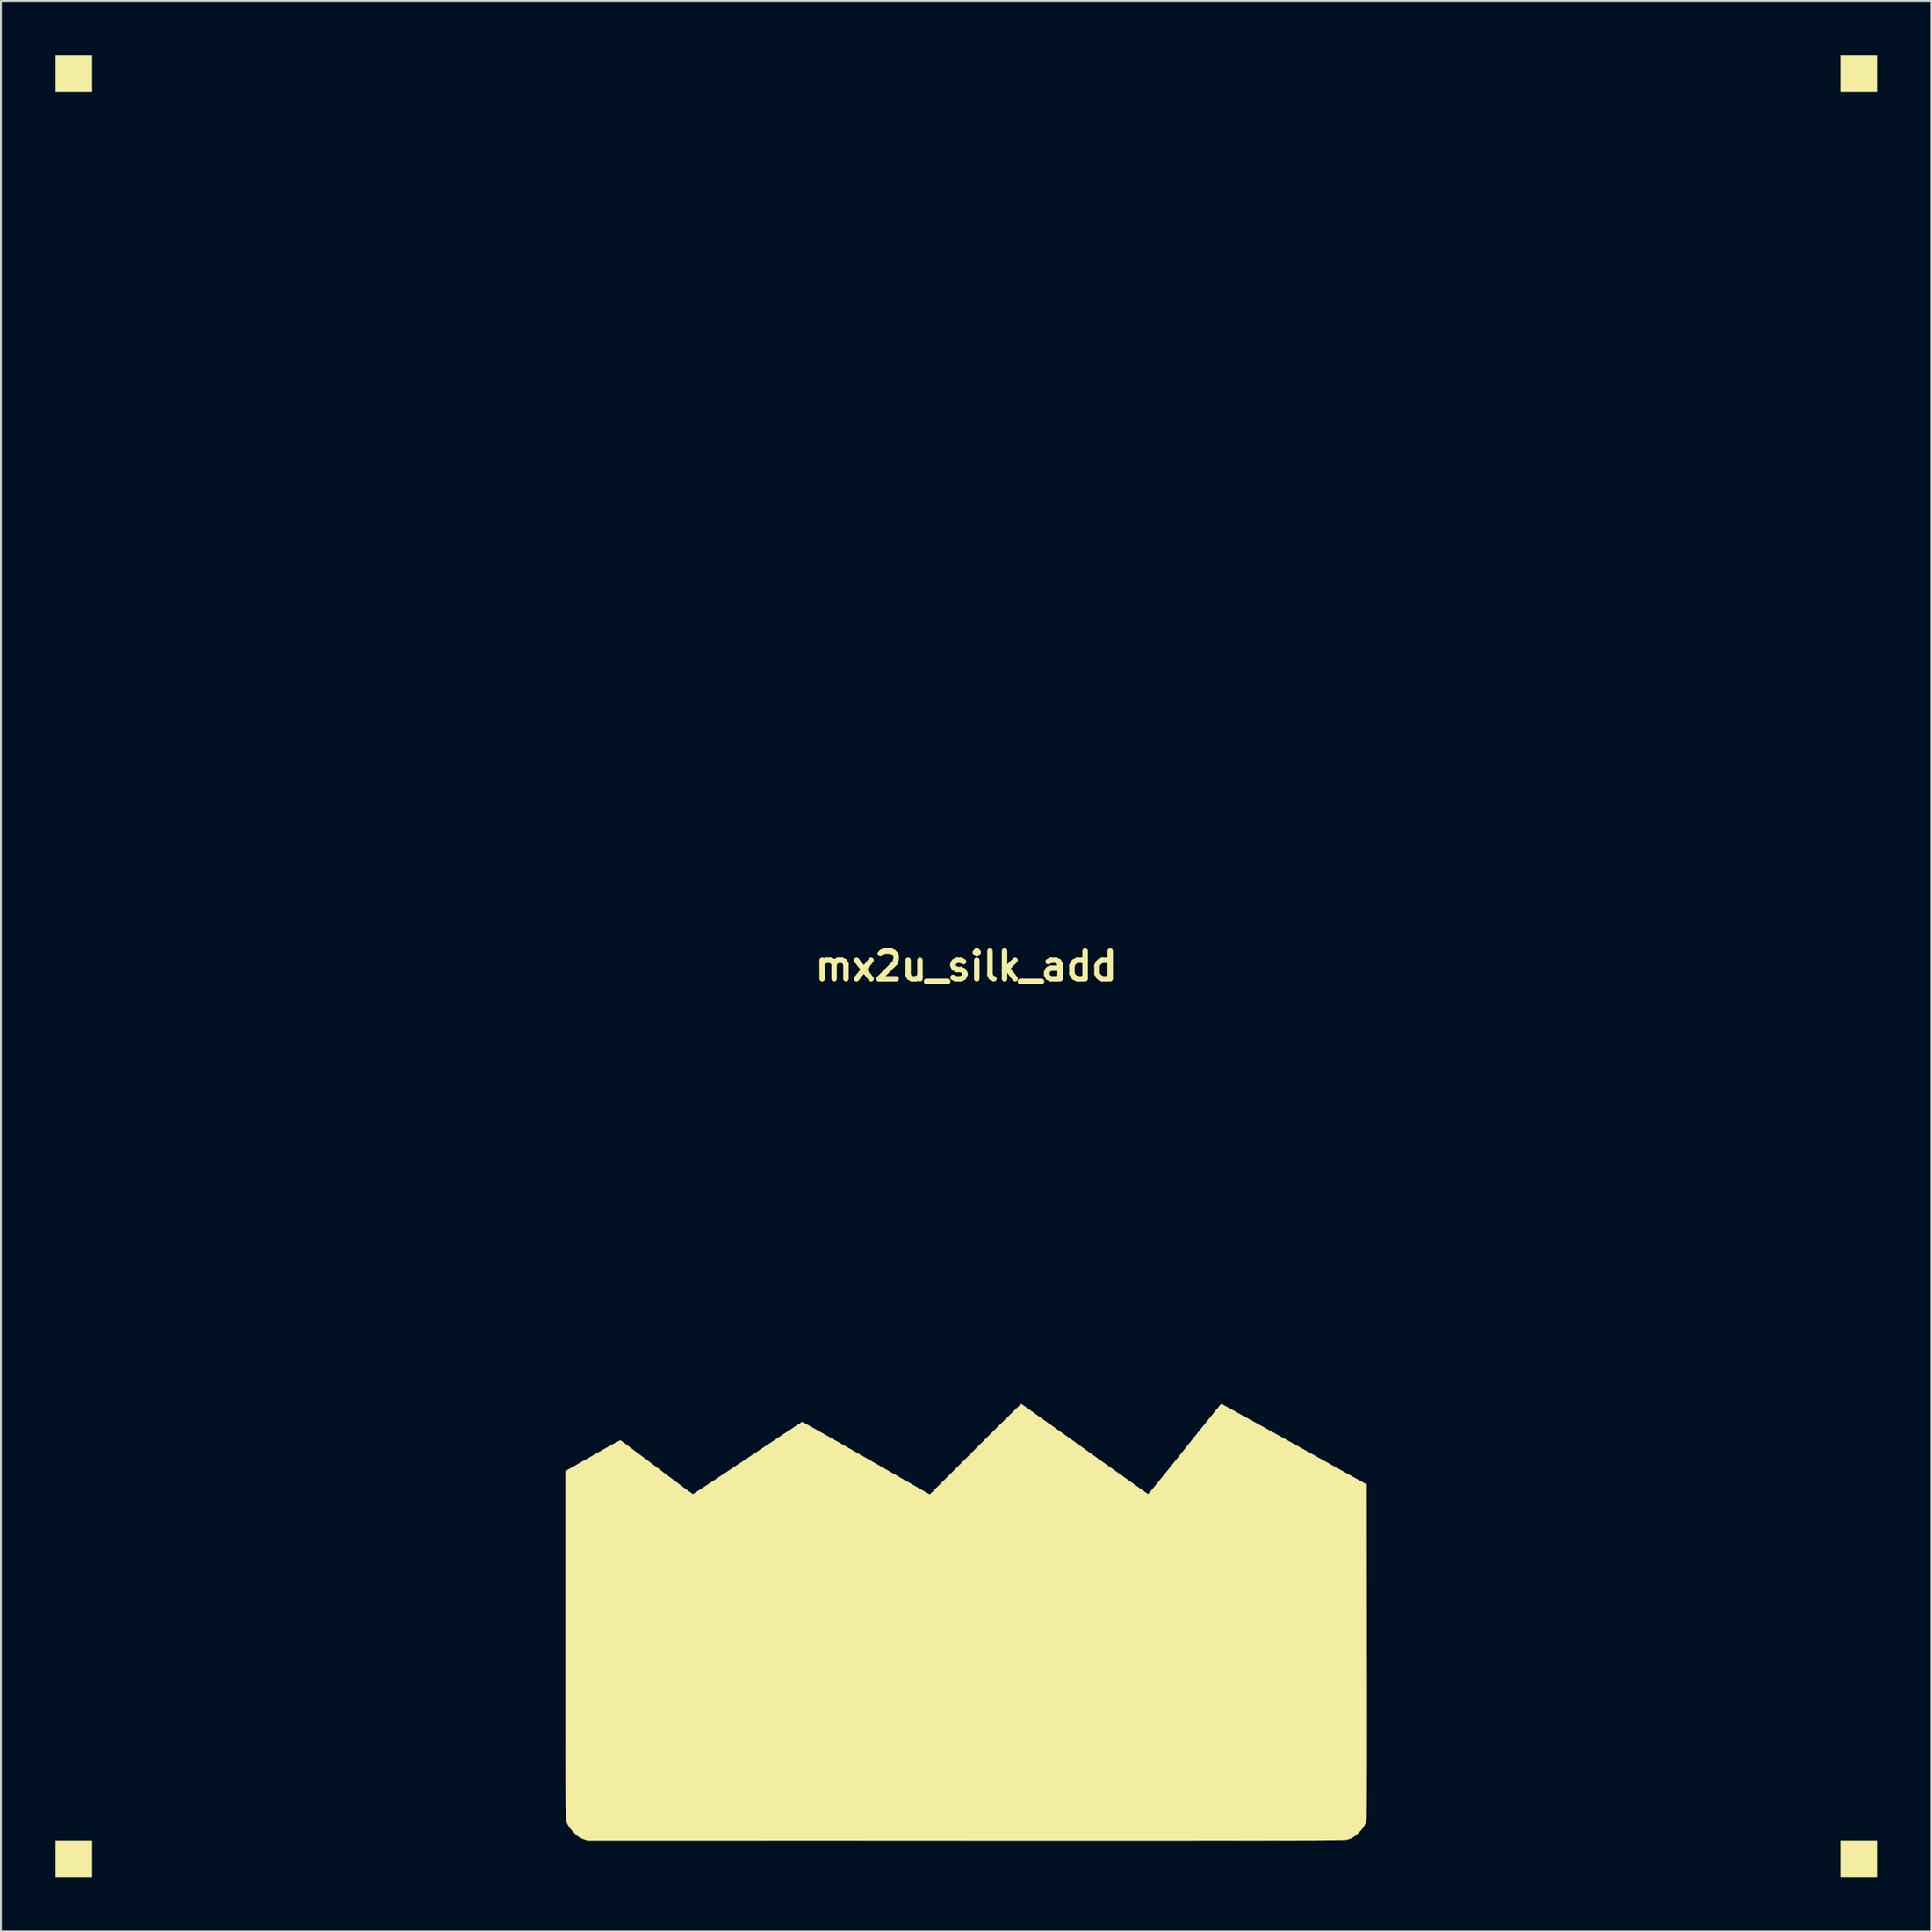
<source format=kicad_pcb>
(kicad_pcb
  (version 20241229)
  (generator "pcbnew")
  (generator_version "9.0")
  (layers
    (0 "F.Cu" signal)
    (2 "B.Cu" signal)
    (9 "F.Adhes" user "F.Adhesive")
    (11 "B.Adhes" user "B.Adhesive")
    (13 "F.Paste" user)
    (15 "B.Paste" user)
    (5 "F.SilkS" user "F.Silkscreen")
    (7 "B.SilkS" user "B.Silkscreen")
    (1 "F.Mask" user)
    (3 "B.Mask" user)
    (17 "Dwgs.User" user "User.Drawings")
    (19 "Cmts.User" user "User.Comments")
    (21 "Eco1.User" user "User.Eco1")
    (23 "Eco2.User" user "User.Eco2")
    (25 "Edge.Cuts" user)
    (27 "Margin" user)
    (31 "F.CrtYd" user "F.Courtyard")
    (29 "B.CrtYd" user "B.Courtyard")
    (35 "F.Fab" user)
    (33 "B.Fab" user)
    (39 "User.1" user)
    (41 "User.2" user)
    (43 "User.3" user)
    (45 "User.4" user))
  (footprint "mx2u_silk_add"
    (layer "F.Cu")
    (at 50.022 50.022)
    (property "Reference" "mx2u_silk_add" (at 0 0 0) (layer "F.SilkS") (effects (font (size 1.524 1.524) (thickness 0.3))))
    (attr through_hole)
    (fp_poly (pts (xy -48.02 -48.02) (xy -50.017 -48.02) (xy -50.017 -50.017) (xy -48.02 -50.017) (xy -48.02 -48.02)) (stroke (width 0.01) (type solid)) (fill yes) (layer "F.SilkS"))
    (fp_poly (pts (xy -48.02 50.017) (xy -50.017 50.017) (xy -50.017 48.02) (xy -48.02 48.02) (xy -48.02 50.017)) (stroke (width 0.01) (type solid)) (fill yes) (layer "F.SilkS"))
    (fp_poly (pts (xy 50.017 -48.02) (xy 48.02 -48.02) (xy 48.02 -50.017) (xy 50.017 -50.017) (xy 50.017 -48.02)) (stroke (width 0.01) (type solid)) (fill yes) (layer "F.SilkS"))
    (fp_poly (pts (xy 50.017 50.017) (xy 48.02 50.017) (xy 48.02 48.02) (xy 50.017 48.02) (xy 50.017 50.017)) (stroke (width 0.01) (type solid)) (fill yes) (layer "F.SilkS"))
    (fp_poly (pts (xy 14.035 24.055) (xy 14.101 24.09) (xy 14.208 24.147) (xy 14.352 24.225) (xy 14.531 24.323) (xy 14.743 24.439) (xy 14.986 24.573) (xy 15.258 24.723) (xy 15.556 24.887) (xy 15.878 25.065) (xy 16.222 25.256) (xy 16.586 25.457) (xy 16.967 25.669) (xy 17.363 25.889) (xy 17.773 26.117) (xy 18.02 26.255) (xy 22.001 28.472) (xy 22.008 37.595) (xy 22.009 38.467) (xy 22.01 39.29) (xy 22.01 40.064) (xy 22.01 40.79) (xy 22.011 41.47) (xy 22.011 42.104) (xy 22.01 42.694) (xy 22.01 43.24) (xy 22.01 43.744) (xy 22.009 44.206) (xy 22.008 44.628) (xy 22.007 45.01) (xy 22.006 45.354) (xy 22.005 45.66) (xy 22.004 45.929) (xy 22.002 46.163) (xy 22 46.363) (xy 21.998 46.529) (xy 21.996 46.662) (xy 21.994 46.764) (xy 21.991 46.836) (xy 21.989 46.878) (xy 21.988 46.886) (xy 21.94 47.06) (xy 21.853 47.233) (xy 21.724 47.412) (xy 21.571 47.581) (xy 21.426 47.717) (xy 21.288 47.819) (xy 21.14 47.898) (xy 20.967 47.963) (xy 20.944 47.97) (xy 20.934 47.973) (xy 20.923 47.976) (xy 20.91 47.979) (xy 20.893 47.981) (xy 20.872 47.984) (xy 20.845 47.986) (xy 20.812 47.988) (xy 20.771 47.99) (xy 20.722 47.992) (xy 20.663 47.994) (xy 20.594 47.996) (xy 20.513 47.998) (xy 20.42 47.999) (xy 20.313 48.001) (xy 20.191 48.002) (xy 20.054 48.004) (xy 19.9 48.005) (xy 19.728 48.006) (xy 19.538 48.008) (xy 19.327 48.009) (xy 19.096 48.01) (xy 18.843 48.011) (xy 18.568 48.011) (xy 18.268 48.012) (xy 17.943 48.013) (xy 17.593 48.014) (xy 17.215 48.014) (xy 16.81 48.015) (xy 16.376 48.015) (xy 15.911 48.016) (xy 15.416 48.016) (xy 14.888 48.017) (xy 14.327 48.017) (xy 13.733 48.017) (xy 13.103 48.017) (xy 12.437 48.018) (xy 11.733 48.018) (xy 10.992 48.018) (xy 10.211 48.018) (xy 9.39 48.018) (xy 8.527 48.018) (xy 7.623 48.018) (xy 6.675 48.018) (xy 5.682 48.018) (xy 4.644 48.018) (xy 3.56 48.018) (xy 2.429 48.018) (xy 1.248 48.018) (xy 0.019 48.018) (xy -0.013 48.018) (xy -20.813 48.016) (xy -20.98 47.959) (xy -21.091 47.916) (xy -21.204 47.862) (xy -21.275 47.821) (xy -21.377 47.745) (xy -21.492 47.641) (xy -21.609 47.521) (xy -21.718 47.398) (xy -21.807 47.281) (xy -21.867 47.183) (xy -21.868 47.181) (xy -21.88 47.157) (xy -21.892 47.136) (xy -21.903 47.117) (xy -21.913 47.098) (xy -21.923 47.078) (xy -21.932 47.055) (xy -21.941 47.028) (xy -21.948 46.995) (xy -21.956 46.955) (xy -21.962 46.906) (xy -21.968 46.847) (xy -21.974 46.775) (xy -21.979 46.691) (xy -21.984 46.591) (xy -21.988 46.475) (xy -21.992 46.341) (xy -21.995 46.187) (xy -21.998 46.013) (xy -22.001 45.816) (xy -22.003 45.594) (xy -22.005 45.348) (xy -22.007 45.074) (xy -22.008 44.771) (xy -22.009 44.438) (xy -22.01 44.074) (xy -22.011 43.676) (xy -22.012 43.244) (xy -22.012 42.775) (xy -22.013 42.268) (xy -22.013 41.723) (xy -22.013 41.136) (xy -22.013 40.507) (xy -22.013 39.834) (xy -22.013 39.115) (xy -22.013 38.35) (xy -22.013 37.536) (xy -22.013 37.227) (xy -22.013 27.736) (xy -20.519 26.882) (xy -20.267 26.738) (xy -20.027 26.603) (xy -19.803 26.477) (xy -19.599 26.363) (xy -19.418 26.263) (xy -19.264 26.179) (xy -19.141 26.114) (xy -19.052 26.068) (xy -19.002 26.045) (xy -18.991 26.042) (xy -18.966 26.059) (xy -18.904 26.104) (xy -18.807 26.175) (xy -18.678 26.271) (xy -18.521 26.388) (xy -18.336 26.526) (xy -18.129 26.681) (xy -17.9 26.853) (xy -17.654 27.038) (xy -17.393 27.234) (xy -17.119 27.44) (xy -17.004 27.527) (xy -16.726 27.736) (xy -16.459 27.937) (xy -16.206 28.126) (xy -15.97 28.302) (xy -15.753 28.463) (xy -15.559 28.607) (xy -15.389 28.732) (xy -15.248 28.835) (xy -15.137 28.915) (xy -15.059 28.97) (xy -15.018 28.997) (xy -15.013 28.999) (xy -14.987 28.985) (xy -14.923 28.945) (xy -14.821 28.88) (xy -14.684 28.791) (xy -14.515 28.681) (xy -14.316 28.55) (xy -14.089 28.401) (xy -13.837 28.235) (xy -13.563 28.053) (xy -13.268 27.858) (xy -12.955 27.65) (xy -12.626 27.432) (xy -12.285 27.205) (xy -12.009 27.021) (xy -11.659 26.787) (xy -11.32 26.561) (xy -10.995 26.345) (xy -10.686 26.139) (xy -10.395 25.946) (xy -10.126 25.767) (xy -9.88 25.603) (xy -9.659 25.457) (xy -9.467 25.33) (xy -9.305 25.223) (xy -9.176 25.138) (xy -9.083 25.076) (xy -9.027 25.04) (xy -9.011 25.031) (xy -8.986 25.042) (xy -8.92 25.077) (xy -8.814 25.134) (xy -8.672 25.213) (xy -8.495 25.311) (xy -8.287 25.429) (xy -8.048 25.563) (xy -7.782 25.713) (xy -7.492 25.878) (xy -7.178 26.056) (xy -6.845 26.246) (xy -6.493 26.447) (xy -6.126 26.657) (xy -5.746 26.875) (xy -5.499 27.016) (xy -5.112 27.239) (xy -4.736 27.454) (xy -4.375 27.661) (xy -4.031 27.858) (xy -3.705 28.045) (xy -3.4 28.219) (xy -3.12 28.379) (xy -2.865 28.525) (xy -2.638 28.654) (xy -2.442 28.766) (xy -2.279 28.858) (xy -2.151 28.931) (xy -2.061 28.981) (xy -2.011 29.009) (xy -2.001 29.014) (xy -1.981 28.997) (xy -1.928 28.945) (xy -1.843 28.862) (xy -1.729 28.75) (xy -1.587 28.609) (xy -1.419 28.443) (xy -1.228 28.254) (xy -1.016 28.043) (xy -0.784 27.812) (xy -0.535 27.564) (xy -0.271 27.3) (xy 0.007 27.023) (xy 0.295 26.735) (xy 0.506 26.524) (xy 0.843 26.187) (xy 1.162 25.869) (xy 1.461 25.572) (xy 1.738 25.297) (xy 1.992 25.046) (xy 2.222 24.819) (xy 2.426 24.619) (xy 2.602 24.446) (xy 2.75 24.303) (xy 2.869 24.19) (xy 2.955 24.109) (xy 3.009 24.061) (xy 3.028 24.048) (xy 3.052 24.063) (xy 3.115 24.107) (xy 3.215 24.177) (xy 3.349 24.272) (xy 3.516 24.39) (xy 3.713 24.53) (xy 3.938 24.691) (xy 4.189 24.87) (xy 4.465 25.066) (xy 4.762 25.277) (xy 5.078 25.503) (xy 5.412 25.742) (xy 5.761 25.991) (xy 6.124 26.25) (xy 6.497 26.517) (xy 6.512 26.528) (xy 6.886 26.795) (xy 7.249 27.054) (xy 7.599 27.304) (xy 7.933 27.542) (xy 8.25 27.768) (xy 8.548 27.98) (xy 8.824 28.176) (xy 9.077 28.355) (xy 9.303 28.515) (xy 9.501 28.655) (xy 9.669 28.773) (xy 9.804 28.868) (xy 9.905 28.939) (xy 9.97 28.982) (xy 9.995 28.998) (xy 9.995 28.998) (xy 10.015 28.979) (xy 10.064 28.923) (xy 10.141 28.832) (xy 10.243 28.709) (xy 10.369 28.555) (xy 10.517 28.374) (xy 10.685 28.167) (xy 10.871 27.937) (xy 11.073 27.686) (xy 11.289 27.418) (xy 11.518 27.133) (xy 11.756 26.835) (xy 12.004 26.525) (xy 12.004 26.525) (xy 12.251 26.215) (xy 12.49 25.917) (xy 12.718 25.631) (xy 12.934 25.362) (xy 13.136 25.111) (xy 13.322 24.881) (xy 13.49 24.673) (xy 13.638 24.491) (xy 13.763 24.337) (xy 13.866 24.212) (xy 13.942 24.12) (xy 13.991 24.063) (xy 14.01 24.043) (xy 14.035 24.055)) (stroke (width 0.01) (type solid)) (fill yes) (layer "F.SilkS")))
  (gr_rect
    (start -3 -3)
    (end 103.043 103.043)
    (stroke (width 0.1) (type default))
    (fill no)
    (layer "Edge.Cuts")))
</source>
